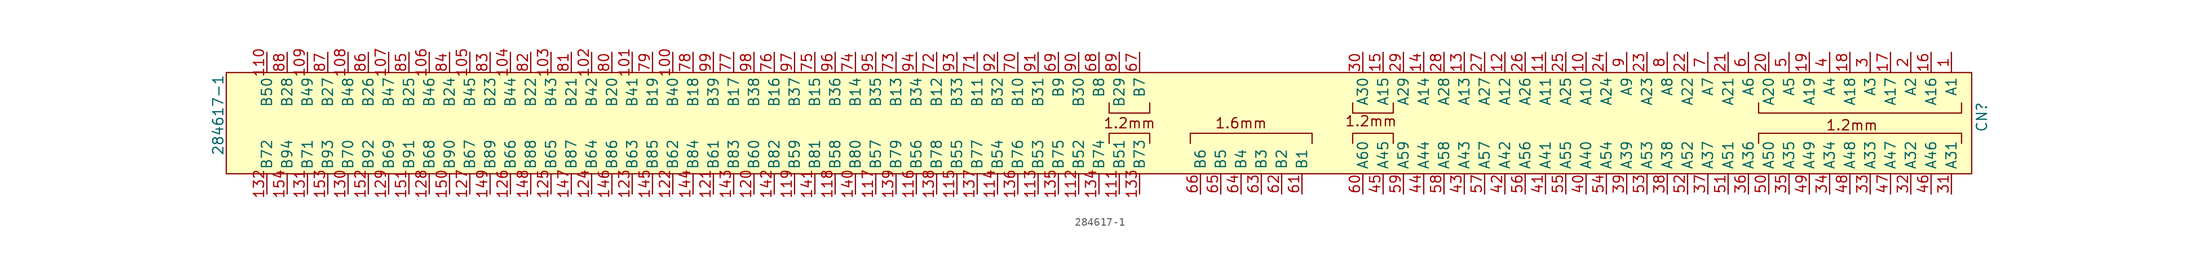
<source format=kicad_sym>
(kicad_symbol_lib
  (version 20231120)
  (generator "kicad_symbol_editor")
  (generator_version "8.0")
  (symbol "284617-1"
    (property "Reference" "CN"
      (at 120.65 -0.508 90)
      (effects (font (size 1.27 1.27))))
    (property "Value" "284617-1"
      (at -100.076 -0.254 90)
      (effects (font (size 1.27 1.27))))
    (symbol "284617-1_0_1"
      (rectangle (start -99.06 5.08) (end 119.38 -7.62) (stroke (width 0) (type default)) (fill (type background)))
      (pin unspecified line (at 116.84 7.62 270) (length 2.54) (name "A1" (effects (font (size 1.27 1.27)))) (number "1" (effects (font (size 1.27 1.27)))))
      (pin unspecified line (at 71.12 7.62 270) (length 2.54) (name "A10" (effects (font (size 1.27 1.27)))) (number "10" (effects (font (size 1.27 1.27)))))
      (pin unspecified line (at -43.18 7.62 270) (length 2.54) (name "B40" (effects (font (size 1.27 1.27)))) (number "100" (effects (font (size 1.27 1.27)))))
      (pin unspecified line (at -48.26 7.62 270) (length 2.54) (name "B41" (effects (font (size 1.27 1.27)))) (number "101" (effects (font (size 1.27 1.27)))))
      (pin unspecified line (at -53.34 7.62 270) (length 2.54) (name "B42" (effects (font (size 1.27 1.27)))) (number "102" (effects (font (size 1.27 1.27)))))
      (pin unspecified line (at -58.42 7.62 270) (length 2.54) (name "B43" (effects (font (size 1.27 1.27)))) (number "103" (effects (font (size 1.27 1.27)))))
      (pin unspecified line (at -63.5 7.62 270) (length 2.54) (name "B44" (effects (font (size 1.27 1.27)))) (number "104" (effects (font (size 1.27 1.27)))))
      (pin unspecified line (at -68.58 7.62 270) (length 2.54) (name "B45" (effects (font (size 1.27 1.27)))) (number "105" (effects (font (size 1.27 1.27)))))
      (pin unspecified line (at -73.66 7.62 270) (length 2.54) (name "B46" (effects (font (size 1.27 1.27)))) (number "106" (effects (font (size 1.27 1.27)))))
      (pin unspecified line (at -78.74 7.62 270) (length 2.54) (name "B47" (effects (font (size 1.27 1.27)))) (number "107" (effects (font (size 1.27 1.27)))))
      (pin unspecified line (at -83.82 7.62 270) (length 2.54) (name "B48" (effects (font (size 1.27 1.27)))) (number "108" (effects (font (size 1.27 1.27)))))
      (pin unspecified line (at -88.9 7.62 270) (length 2.54) (name "B49" (effects (font (size 1.27 1.27)))) (number "109" (effects (font (size 1.27 1.27)))))
      (pin unspecified line (at 66.04 7.62 270) (length 2.54) (name "A11" (effects (font (size 1.27 1.27)))) (number "11" (effects (font (size 1.27 1.27)))))
      (pin unspecified line (at -93.98 7.62 270) (length 2.54) (name "B50" (effects (font (size 1.27 1.27)))) (number "110" (effects (font (size 1.27 1.27)))))
      (pin unspecified line (at 12.7 -10.16 90) (length 2.54) (name "B51" (effects (font (size 1.27 1.27)))) (number "111" (effects (font (size 1.27 1.27)))))
      (pin unspecified line (at 7.62 -10.16 90) (length 2.54) (name "B52" (effects (font (size 1.27 1.27)))) (number "112" (effects (font (size 1.27 1.27)))))
      (pin unspecified line (at 2.54 -10.16 90) (length 2.54) (name "B53" (effects (font (size 1.27 1.27)))) (number "113" (effects (font (size 1.27 1.27)))))
      (pin unspecified line (at -2.54 -10.16 90) (length 2.54) (name "B54" (effects (font (size 1.27 1.27)))) (number "114" (effects (font (size 1.27 1.27)))))
      (pin unspecified line (at -7.62 -10.16 90) (length 2.54) (name "B55" (effects (font (size 1.27 1.27)))) (number "115" (effects (font (size 1.27 1.27)))))
      (pin unspecified line (at -12.7 -10.16 90) (length 2.54) (name "B56" (effects (font (size 1.27 1.27)))) (number "116" (effects (font (size 1.27 1.27)))))
      (pin unspecified line (at -17.78 -10.16 90) (length 2.54) (name "B57" (effects (font (size 1.27 1.27)))) (number "117" (effects (font (size 1.27 1.27)))))
      (pin unspecified line (at -22.86 -10.16 90) (length 2.54) (name "B58" (effects (font (size 1.27 1.27)))) (number "118" (effects (font (size 1.27 1.27)))))
      (pin unspecified line (at -27.94 -10.16 90) (length 2.54) (name "B59" (effects (font (size 1.27 1.27)))) (number "119" (effects (font (size 1.27 1.27)))))
      (pin unspecified line (at 60.96 7.62 270) (length 2.54) (name "A12" (effects (font (size 1.27 1.27)))) (number "12" (effects (font (size 1.27 1.27)))))
      (pin unspecified line (at -33.02 -10.16 90) (length 2.54) (name "B60" (effects (font (size 1.27 1.27)))) (number "120" (effects (font (size 1.27 1.27)))))
      (pin unspecified line (at -38.1 -10.16 90) (length 2.54) (name "B61" (effects (font (size 1.27 1.27)))) (number "121" (effects (font (size 1.27 1.27)))))
      (pin unspecified line (at -43.18 -10.16 90) (length 2.54) (name "B62" (effects (font (size 1.27 1.27)))) (number "122" (effects (font (size 1.27 1.27)))))
      (pin unspecified line (at -48.26 -10.16 90) (length 2.54) (name "B63" (effects (font (size 1.27 1.27)))) (number "123" (effects (font (size 1.27 1.27)))))
      (pin unspecified line (at -53.34 -10.16 90) (length 2.54) (name "B64" (effects (font (size 1.27 1.27)))) (number "124" (effects (font (size 1.27 1.27)))))
      (pin unspecified line (at -58.42 -10.16 90) (length 2.54) (name "B65" (effects (font (size 1.27 1.27)))) (number "125" (effects (font (size 1.27 1.27)))))
      (pin unspecified line (at -63.5 -10.16 90) (length 2.54) (name "B66" (effects (font (size 1.27 1.27)))) (number "126" (effects (font (size 1.27 1.27)))))
      (pin unspecified line (at -68.58 -10.16 90) (length 2.54) (name "B67" (effects (font (size 1.27 1.27)))) (number "127" (effects (font (size 1.27 1.27)))))
      (pin unspecified line (at -73.66 -10.16 90) (length 2.54) (name "B68" (effects (font (size 1.27 1.27)))) (number "128" (effects (font (size 1.27 1.27)))))
      (pin unspecified line (at -78.74 -10.16 90) (length 2.54) (name "B69" (effects (font (size 1.27 1.27)))) (number "129" (effects (font (size 1.27 1.27)))))
      (pin unspecified line (at 55.88 7.62 270) (length 2.54) (name "A13" (effects (font (size 1.27 1.27)))) (number "13" (effects (font (size 1.27 1.27)))))
      (pin unspecified line (at -83.82 -10.16 90) (length 2.54) (name "B70" (effects (font (size 1.27 1.27)))) (number "130" (effects (font (size 1.27 1.27)))))
      (pin unspecified line (at -88.9 -10.16 90) (length 2.54) (name "B71" (effects (font (size 1.27 1.27)))) (number "131" (effects (font (size 1.27 1.27)))))
      (pin unspecified line (at -93.98 -10.16 90) (length 2.54) (name "B72" (effects (font (size 1.27 1.27)))) (number "132" (effects (font (size 1.27 1.27)))))
      (pin unspecified line (at 15.24 -10.16 90) (length 2.54) (name "B73" (effects (font (size 1.27 1.27)))) (number "133" (effects (font (size 1.27 1.27)))))
      (pin unspecified line (at 10.16 -10.16 90) (length 2.54) (name "B74" (effects (font (size 1.27 1.27)))) (number "134" (effects (font (size 1.27 1.27)))))
      (pin unspecified line (at 5.08 -10.16 90) (length 2.54) (name "B75" (effects (font (size 1.27 1.27)))) (number "135" (effects (font (size 1.27 1.27)))))
      (pin unspecified line (at 0 -10.16 90) (length 2.54) (name "B76" (effects (font (size 1.27 1.27)))) (number "136" (effects (font (size 1.27 1.27)))))
      (pin unspecified line (at -5.08 -10.16 90) (length 2.54) (name "B77" (effects (font (size 1.27 1.27)))) (number "137" (effects (font (size 1.27 1.27)))))
      (pin unspecified line (at -10.16 -10.16 90) (length 2.54) (name "B78" (effects (font (size 1.27 1.27)))) (number "138" (effects (font (size 1.27 1.27)))))
      (pin unspecified line (at -15.24 -10.16 90) (length 2.54) (name "B79" (effects (font (size 1.27 1.27)))) (number "139" (effects (font (size 1.27 1.27)))))
      (pin unspecified line (at 50.8 7.62 270) (length 2.54) (name "A14" (effects (font (size 1.27 1.27)))) (number "14" (effects (font (size 1.27 1.27)))))
      (pin unspecified line (at -20.32 -10.16 90) (length 2.54) (name "B80" (effects (font (size 1.27 1.27)))) (number "140" (effects (font (size 1.27 1.27)))))
      (pin unspecified line (at -25.4 -10.16 90) (length 2.54) (name "B81" (effects (font (size 1.27 1.27)))) (number "141" (effects (font (size 1.27 1.27)))))
      (pin unspecified line (at -30.48 -10.16 90) (length 2.54) (name "B82" (effects (font (size 1.27 1.27)))) (number "142" (effects (font (size 1.27 1.27)))))
      (pin unspecified line (at -35.56 -10.16 90) (length 2.54) (name "B83" (effects (font (size 1.27 1.27)))) (number "143" (effects (font (size 1.27 1.27)))))
      (pin unspecified line (at -40.64 -10.16 90) (length 2.54) (name "B84" (effects (font (size 1.27 1.27)))) (number "144" (effects (font (size 1.27 1.27)))))
      (pin unspecified line (at -45.72 -10.16 90) (length 2.54) (name "B85" (effects (font (size 1.27 1.27)))) (number "145" (effects (font (size 1.27 1.27)))))
      (pin unspecified line (at -50.8 -10.16 90) (length 2.54) (name "B86" (effects (font (size 1.27 1.27)))) (number "146" (effects (font (size 1.27 1.27)))))
      (pin unspecified line (at -55.88 -10.16 90) (length 2.54) (name "B87" (effects (font (size 1.27 1.27)))) (number "147" (effects (font (size 1.27 1.27)))))
      (pin unspecified line (at -60.96 -10.16 90) (length 2.54) (name "B88" (effects (font (size 1.27 1.27)))) (number "148" (effects (font (size 1.27 1.27)))))
      (pin unspecified line (at -66.04 -10.16 90) (length 2.54) (name "B89" (effects (font (size 1.27 1.27)))) (number "149" (effects (font (size 1.27 1.27)))))
      (pin unspecified line (at 45.72 7.62 270) (length 2.54) (name "A15" (effects (font (size 1.27 1.27)))) (number "15" (effects (font (size 1.27 1.27)))))
      (pin unspecified line (at -71.12 -10.16 90) (length 2.54) (name "B90" (effects (font (size 1.27 1.27)))) (number "150" (effects (font (size 1.27 1.27)))))
      (pin unspecified line (at -76.2 -10.16 90) (length 2.54) (name "B91" (effects (font (size 1.27 1.27)))) (number "151" (effects (font (size 1.27 1.27)))))
      (pin unspecified line (at -81.28 -10.16 90) (length 2.54) (name "B92" (effects (font (size 1.27 1.27)))) (number "152" (effects (font (size 1.27 1.27)))))
      (pin unspecified line (at -86.36 -10.16 90) (length 2.54) (name "B93" (effects (font (size 1.27 1.27)))) (number "153" (effects (font (size 1.27 1.27)))))
      (pin unspecified line (at -91.44 -10.16 90) (length 2.54) (name "B94" (effects (font (size 1.27 1.27)))) (number "154" (effects (font (size 1.27 1.27)))))
      (pin unspecified line (at 114.3 7.62 270) (length 2.54) (name "A16" (effects (font (size 1.27 1.27)))) (number "16" (effects (font (size 1.27 1.27)))))
      (pin unspecified line (at 109.22 7.62 270) (length 2.54) (name "A17" (effects (font (size 1.27 1.27)))) (number "17" (effects (font (size 1.27 1.27)))))
      (pin unspecified line (at 104.14 7.62 270) (length 2.54) (name "A18" (effects (font (size 1.27 1.27)))) (number "18" (effects (font (size 1.27 1.27)))))
      (pin unspecified line (at 99.06 7.62 270) (length 2.54) (name "A19" (effects (font (size 1.27 1.27)))) (number "19" (effects (font (size 1.27 1.27)))))
      (pin unspecified line (at 111.76 7.62 270) (length 2.54) (name "A2" (effects (font (size 1.27 1.27)))) (number "2" (effects (font (size 1.27 1.27)))))
      (pin unspecified line (at 93.98 7.62 270) (length 2.54) (name "A20" (effects (font (size 1.27 1.27)))) (number "20" (effects (font (size 1.27 1.27)))))
      (pin unspecified line (at 88.9 7.62 270) (length 2.54) (name "A21" (effects (font (size 1.27 1.27)))) (number "21" (effects (font (size 1.27 1.27)))))
      (pin unspecified line (at 83.82 7.62 270) (length 2.54) (name "A22" (effects (font (size 1.27 1.27)))) (number "22" (effects (font (size 1.27 1.27)))))
      (pin unspecified line (at 78.74 7.62 270) (length 2.54) (name "A23" (effects (font (size 1.27 1.27)))) (number "23" (effects (font (size 1.27 1.27)))))
      (pin unspecified line (at 73.66 7.62 270) (length 2.54) (name "A24" (effects (font (size 1.27 1.27)))) (number "24" (effects (font (size 1.27 1.27)))))
      (pin unspecified line (at 68.58 7.62 270) (length 2.54) (name "A25" (effects (font (size 1.27 1.27)))) (number "25" (effects (font (size 1.27 1.27)))))
      (pin unspecified line (at 63.5 7.62 270) (length 2.54) (name "A26" (effects (font (size 1.27 1.27)))) (number "26" (effects (font (size 1.27 1.27)))))
      (pin unspecified line (at 58.42 7.62 270) (length 2.54) (name "A27" (effects (font (size 1.27 1.27)))) (number "27" (effects (font (size 1.27 1.27)))))
      (pin unspecified line (at 53.34 7.62 270) (length 2.54) (name "A28" (effects (font (size 1.27 1.27)))) (number "28" (effects (font (size 1.27 1.27)))))
      (pin unspecified line (at 48.26 7.62 270) (length 2.54) (name "A29" (effects (font (size 1.27 1.27)))) (number "29" (effects (font (size 1.27 1.27)))))
      (pin unspecified line (at 106.68 7.62 270) (length 2.54) (name "A3" (effects (font (size 1.27 1.27)))) (number "3" (effects (font (size 1.27 1.27)))))
      (pin unspecified line (at 43.18 7.62 270) (length 2.54) (name "A30" (effects (font (size 1.27 1.27)))) (number "30" (effects (font (size 1.27 1.27)))))
      (pin unspecified line (at 116.84 -10.16 90) (length 2.54) (name "A31" (effects (font (size 1.27 1.27)))) (number "31" (effects (font (size 1.27 1.27)))))
      (pin unspecified line (at 111.76 -10.16 90) (length 2.54) (name "A32" (effects (font (size 1.27 1.27)))) (number "32" (effects (font (size 1.27 1.27)))))
      (pin unspecified line (at 106.68 -10.16 90) (length 2.54) (name "A33" (effects (font (size 1.27 1.27)))) (number "33" (effects (font (size 1.27 1.27)))))
      (pin unspecified line (at 101.6 -10.16 90) (length 2.54) (name "A34" (effects (font (size 1.27 1.27)))) (number "34" (effects (font (size 1.27 1.27)))))
      (pin unspecified line (at 96.52 -10.16 90) (length 2.54) (name "A35" (effects (font (size 1.27 1.27)))) (number "35" (effects (font (size 1.27 1.27)))))
      (pin unspecified line (at 91.44 -10.16 90) (length 2.54) (name "A36" (effects (font (size 1.27 1.27)))) (number "36" (effects (font (size 1.27 1.27)))))
      (pin unspecified line (at 86.36 -10.16 90) (length 2.54) (name "A37" (effects (font (size 1.27 1.27)))) (number "37" (effects (font (size 1.27 1.27)))))
      (pin unspecified line (at 81.28 -10.16 90) (length 2.54) (name "A38" (effects (font (size 1.27 1.27)))) (number "38" (effects (font (size 1.27 1.27)))))
      (pin unspecified line (at 76.2 -10.16 90) (length 2.54) (name "A39" (effects (font (size 1.27 1.27)))) (number "39" (effects (font (size 1.27 1.27)))))
      (pin unspecified line (at 101.6 7.62 270) (length 2.54) (name "A4" (effects (font (size 1.27 1.27)))) (number "4" (effects (font (size 1.27 1.27)))))
      (pin unspecified line (at 71.12 -10.16 90) (length 2.54) (name "A40" (effects (font (size 1.27 1.27)))) (number "40" (effects (font (size 1.27 1.27)))))
      (pin unspecified line (at 66.04 -10.16 90) (length 2.54) (name "A41" (effects (font (size 1.27 1.27)))) (number "41" (effects (font (size 1.27 1.27)))))
      (pin unspecified line (at 60.96 -10.16 90) (length 2.54) (name "A42" (effects (font (size 1.27 1.27)))) (number "42" (effects (font (size 1.27 1.27)))))
      (pin unspecified line (at 55.88 -10.16 90) (length 2.54) (name "A43" (effects (font (size 1.27 1.27)))) (number "43" (effects (font (size 1.27 1.27)))))
      (pin unspecified line (at 50.8 -10.16 90) (length 2.54) (name "A44" (effects (font (size 1.27 1.27)))) (number "44" (effects (font (size 1.27 1.27)))))
      (pin unspecified line (at 45.72 -10.16 90) (length 2.54) (name "A45" (effects (font (size 1.27 1.27)))) (number "45" (effects (font (size 1.27 1.27)))))
      (pin unspecified line (at 114.3 -10.16 90) (length 2.54) (name "A46" (effects (font (size 1.27 1.27)))) (number "46" (effects (font (size 1.27 1.27)))))
      (pin unspecified line (at 109.22 -10.16 90) (length 2.54) (name "A47" (effects (font (size 1.27 1.27)))) (number "47" (effects (font (size 1.27 1.27)))))
      (pin unspecified line (at 104.14 -10.16 90) (length 2.54) (name "A48" (effects (font (size 1.27 1.27)))) (number "48" (effects (font (size 1.27 1.27)))))
      (pin unspecified line (at 99.06 -10.16 90) (length 2.54) (name "A49" (effects (font (size 1.27 1.27)))) (number "49" (effects (font (size 1.27 1.27)))))
      (pin unspecified line (at 96.52 7.62 270) (length 2.54) (name "A5" (effects (font (size 1.27 1.27)))) (number "5" (effects (font (size 1.27 1.27)))))
      (pin unspecified line (at 93.98 -10.16 90) (length 2.54) (name "A50" (effects (font (size 1.27 1.27)))) (number "50" (effects (font (size 1.27 1.27)))))
      (pin unspecified line (at 88.9 -10.16 90) (length 2.54) (name "A51" (effects (font (size 1.27 1.27)))) (number "51" (effects (font (size 1.27 1.27)))))
      (pin unspecified line (at 83.82 -10.16 90) (length 2.54) (name "A52" (effects (font (size 1.27 1.27)))) (number "52" (effects (font (size 1.27 1.27)))))
      (pin unspecified line (at 78.74 -10.16 90) (length 2.54) (name "A53" (effects (font (size 1.27 1.27)))) (number "53" (effects (font (size 1.27 1.27)))))
      (pin unspecified line (at 73.66 -10.16 90) (length 2.54) (name "A54" (effects (font (size 1.27 1.27)))) (number "54" (effects (font (size 1.27 1.27)))))
      (pin unspecified line (at 68.58 -10.16 90) (length 2.54) (name "A55" (effects (font (size 1.27 1.27)))) (number "55" (effects (font (size 1.27 1.27)))))
      (pin unspecified line (at 63.5 -10.16 90) (length 2.54) (name "A56" (effects (font (size 1.27 1.27)))) (number "56" (effects (font (size 1.27 1.27)))))
      (pin unspecified line (at 58.42 -10.16 90) (length 2.54) (name "A57" (effects (font (size 1.27 1.27)))) (number "57" (effects (font (size 1.27 1.27)))))
      (pin unspecified line (at 53.34 -10.16 90) (length 2.54) (name "A58" (effects (font (size 1.27 1.27)))) (number "58" (effects (font (size 1.27 1.27)))))
      (pin unspecified line (at 48.26 -10.16 90) (length 2.54) (name "A59" (effects (font (size 1.27 1.27)))) (number "59" (effects (font (size 1.27 1.27)))))
      (pin unspecified line (at 91.44 7.62 270) (length 2.54) (name "A6" (effects (font (size 1.27 1.27)))) (number "6" (effects (font (size 1.27 1.27)))))
      (pin unspecified line (at 43.18 -10.16 90) (length 2.54) (name "A60" (effects (font (size 1.27 1.27)))) (number "60" (effects (font (size 1.27 1.27)))))
      (pin unspecified line (at 35.56 -10.16 90) (length 2.54) (name "B1" (effects (font (size 1.27 1.27)))) (number "61" (effects (font (size 1.27 1.27)))))
      (pin unspecified line (at 33.02 -10.16 90) (length 2.54) (name "B2" (effects (font (size 1.27 1.27)))) (number "62" (effects (font (size 1.27 1.27)))))
      (pin unspecified line (at 30.48 -10.16 90) (length 2.54) (name "B3" (effects (font (size 1.27 1.27)))) (number "63" (effects (font (size 1.27 1.27)))))
      (pin unspecified line (at 27.94 -10.16 90) (length 2.54) (name "B4" (effects (font (size 1.27 1.27)))) (number "64" (effects (font (size 1.27 1.27)))))
      (pin unspecified line (at 25.4 -10.16 90) (length 2.54) (name "B5" (effects (font (size 1.27 1.27)))) (number "65" (effects (font (size 1.27 1.27)))))
      (pin unspecified line (at 22.86 -10.16 90) (length 2.54) (name "B6" (effects (font (size 1.27 1.27)))) (number "66" (effects (font (size 1.27 1.27)))))
      (pin unspecified line (at 15.24 7.62 270) (length 2.54) (name "B7" (effects (font (size 1.27 1.27)))) (number "67" (effects (font (size 1.27 1.27)))))
      (pin unspecified line (at 10.16 7.62 270) (length 2.54) (name "B8" (effects (font (size 1.27 1.27)))) (number "68" (effects (font (size 1.27 1.27)))))
      (pin unspecified line (at 5.08 7.62 270) (length 2.54) (name "B9" (effects (font (size 1.27 1.27)))) (number "69" (effects (font (size 1.27 1.27)))))
      (pin unspecified line (at 86.36 7.62 270) (length 2.54) (name "A7" (effects (font (size 1.27 1.27)))) (number "7" (effects (font (size 1.27 1.27)))))
      (pin unspecified line (at 0 7.62 270) (length 2.54) (name "B10" (effects (font (size 1.27 1.27)))) (number "70" (effects (font (size 1.27 1.27)))))
      (pin unspecified line (at -5.08 7.62 270) (length 2.54) (name "B11" (effects (font (size 1.27 1.27)))) (number "71" (effects (font (size 1.27 1.27)))))
      (pin unspecified line (at -10.16 7.62 270) (length 2.54) (name "B12" (effects (font (size 1.27 1.27)))) (number "72" (effects (font (size 1.27 1.27)))))
      (pin unspecified line (at -15.24 7.62 270) (length 2.54) (name "B13" (effects (font (size 1.27 1.27)))) (number "73" (effects (font (size 1.27 1.27)))))
      (pin unspecified line (at -20.32 7.62 270) (length 2.54) (name "B14" (effects (font (size 1.27 1.27)))) (number "74" (effects (font (size 1.27 1.27)))))
      (pin unspecified line (at -25.4 7.62 270) (length 2.54) (name "B15" (effects (font (size 1.27 1.27)))) (number "75" (effects (font (size 1.27 1.27)))))
      (pin unspecified line (at -30.48 7.62 270) (length 2.54) (name "B16" (effects (font (size 1.27 1.27)))) (number "76" (effects (font (size 1.27 1.27)))))
      (pin unspecified line (at -35.56 7.62 270) (length 2.54) (name "B17" (effects (font (size 1.27 1.27)))) (number "77" (effects (font (size 1.27 1.27)))))
      (pin unspecified line (at -40.64 7.62 270) (length 2.54) (name "B18" (effects (font (size 1.27 1.27)))) (number "78" (effects (font (size 1.27 1.27)))))
      (pin unspecified line (at -45.72 7.62 270) (length 2.54) (name "B19" (effects (font (size 1.27 1.27)))) (number "79" (effects (font (size 1.27 1.27)))))
      (pin unspecified line (at 81.28 7.62 270) (length 2.54) (name "A8" (effects (font (size 1.27 1.27)))) (number "8" (effects (font (size 1.27 1.27)))))
      (pin unspecified line (at -50.8 7.62 270) (length 2.54) (name "B20" (effects (font (size 1.27 1.27)))) (number "80" (effects (font (size 1.27 1.27)))))
      (pin unspecified line (at -55.88 7.62 270) (length 2.54) (name "B21" (effects (font (size 1.27 1.27)))) (number "81" (effects (font (size 1.27 1.27)))))
      (pin unspecified line (at -60.96 7.62 270) (length 2.54) (name "B22" (effects (font (size 1.27 1.27)))) (number "82" (effects (font (size 1.27 1.27)))))
      (pin unspecified line (at -66.04 7.62 270) (length 2.54) (name "B23" (effects (font (size 1.27 1.27)))) (number "83" (effects (font (size 1.27 1.27)))))
      (pin unspecified line (at -71.12 7.62 270) (length 2.54) (name "B24" (effects (font (size 1.27 1.27)))) (number "84" (effects (font (size 1.27 1.27)))))
      (pin unspecified line (at -76.2 7.62 270) (length 2.54) (name "B25" (effects (font (size 1.27 1.27)))) (number "85" (effects (font (size 1.27 1.27)))))
      (pin unspecified line (at -81.28 7.62 270) (length 2.54) (name "B26" (effects (font (size 1.27 1.27)))) (number "86" (effects (font (size 1.27 1.27)))))
      (pin unspecified line (at -86.36 7.62 270) (length 2.54) (name "B27" (effects (font (size 1.27 1.27)))) (number "87" (effects (font (size 1.27 1.27)))))
      (pin unspecified line (at -91.44 7.62 270) (length 2.54) (name "B28" (effects (font (size 1.27 1.27)))) (number "88" (effects (font (size 1.27 1.27)))))
      (pin unspecified line (at 12.7 7.62 270) (length 2.54) (name "B29" (effects (font (size 1.27 1.27)))) (number "89" (effects (font (size 1.27 1.27)))))
      (pin unspecified line (at 76.2 7.62 270) (length 2.54) (name "A9" (effects (font (size 1.27 1.27)))) (number "9" (effects (font (size 1.27 1.27)))))
      (pin unspecified line (at 7.62 7.62 270) (length 2.54) (name "B30" (effects (font (size 1.27 1.27)))) (number "90" (effects (font (size 1.27 1.27)))))
      (pin unspecified line (at 2.54 7.62 270) (length 2.54) (name "B31" (effects (font (size 1.27 1.27)))) (number "91" (effects (font (size 1.27 1.27)))))
      (pin unspecified line (at -2.54 7.62 270) (length 2.54) (name "B32" (effects (font (size 1.27 1.27)))) (number "92" (effects (font (size 1.27 1.27)))))
      (pin unspecified line (at -7.62 7.62 270) (length 2.54) (name "B33" (effects (font (size 1.27 1.27)))) (number "93" (effects (font (size 1.27 1.27)))))
      (pin unspecified line (at -12.7 7.62 270) (length 2.54) (name "B34" (effects (font (size 1.27 1.27)))) (number "94" (effects (font (size 1.27 1.27)))))
      (pin unspecified line (at -17.78 7.62 270) (length 2.54) (name "B35" (effects (font (size 1.27 1.27)))) (number "95" (effects (font (size 1.27 1.27)))))
      (pin unspecified line (at -22.86 7.62 270) (length 2.54) (name "B36" (effects (font (size 1.27 1.27)))) (number "96" (effects (font (size 1.27 1.27)))))
      (pin unspecified line (at -27.94 7.62 270) (length 2.54) (name "B37" (effects (font (size 1.27 1.27)))) (number "97" (effects (font (size 1.27 1.27)))))
      (pin unspecified line (at -33.02 7.62 270) (length 2.54) (name "B38" (effects (font (size 1.27 1.27)))) (number "98" (effects (font (size 1.27 1.27)))))
      (pin unspecified line (at -38.1 7.62 270) (length 2.54) (name "B39" (effects (font (size 1.27 1.27)))) (number "99" (effects (font (size 1.27 1.27))))))
    (symbol "284617-1_1_1"
      (polyline (pts (xy 16.51 -3.81) (xy 16.51 -2.54) (xy 11.43 -2.54) (xy 11.43 -3.81)) (stroke (width 0) (type default)) (fill (type none)))
      (polyline (pts (xy 16.51 1.27) (xy 16.51 0) (xy 11.43 0) (xy 11.43 1.27)) (stroke (width 0) (type default)) (fill (type none)))
      (polyline (pts (xy 36.83 -3.81) (xy 36.83 -2.54) (xy 21.59 -2.54) (xy 21.59 -3.81)) (stroke (width 0) (type default)) (fill (type none)))
      (polyline (pts (xy 46.99 -3.81) (xy 46.99 -2.54) (xy 41.91 -2.54) (xy 41.91 -3.81)) (stroke (width 0) (type default)) (fill (type none)))
      (polyline (pts (xy 46.99 1.27) (xy 46.99 0) (xy 41.91 0) (xy 41.91 1.27)) (stroke (width 0) (type default)) (fill (type none)))
      (polyline (pts (xy 118.11 -3.81) (xy 118.11 -2.54) (xy 92.71 -2.54) (xy 92.71 -3.81)) (stroke (width 0) (type default)) (fill (type none)))
      (polyline (pts (xy 118.11 1.27) (xy 118.11 0) (xy 92.71 0) (xy 92.71 1.27)) (stroke (width 0) (type default)) (fill (type none)))
      (text "1.2mm\n" (at 13.97 -1.27 0) (effects (font (size 1.27 1.27))))
      (text "1.2mm\n" (at 44.196 -1.016 0) (effects (font (size 1.27 1.27))))
      (text "1.2mm\n" (at 104.394 -1.524 0) (effects (font (size 1.27 1.27))))
      (text "1.6mm\n" (at 27.94 -1.27 0) (effects (font (size 1.27 1.27)))))))
</source>
